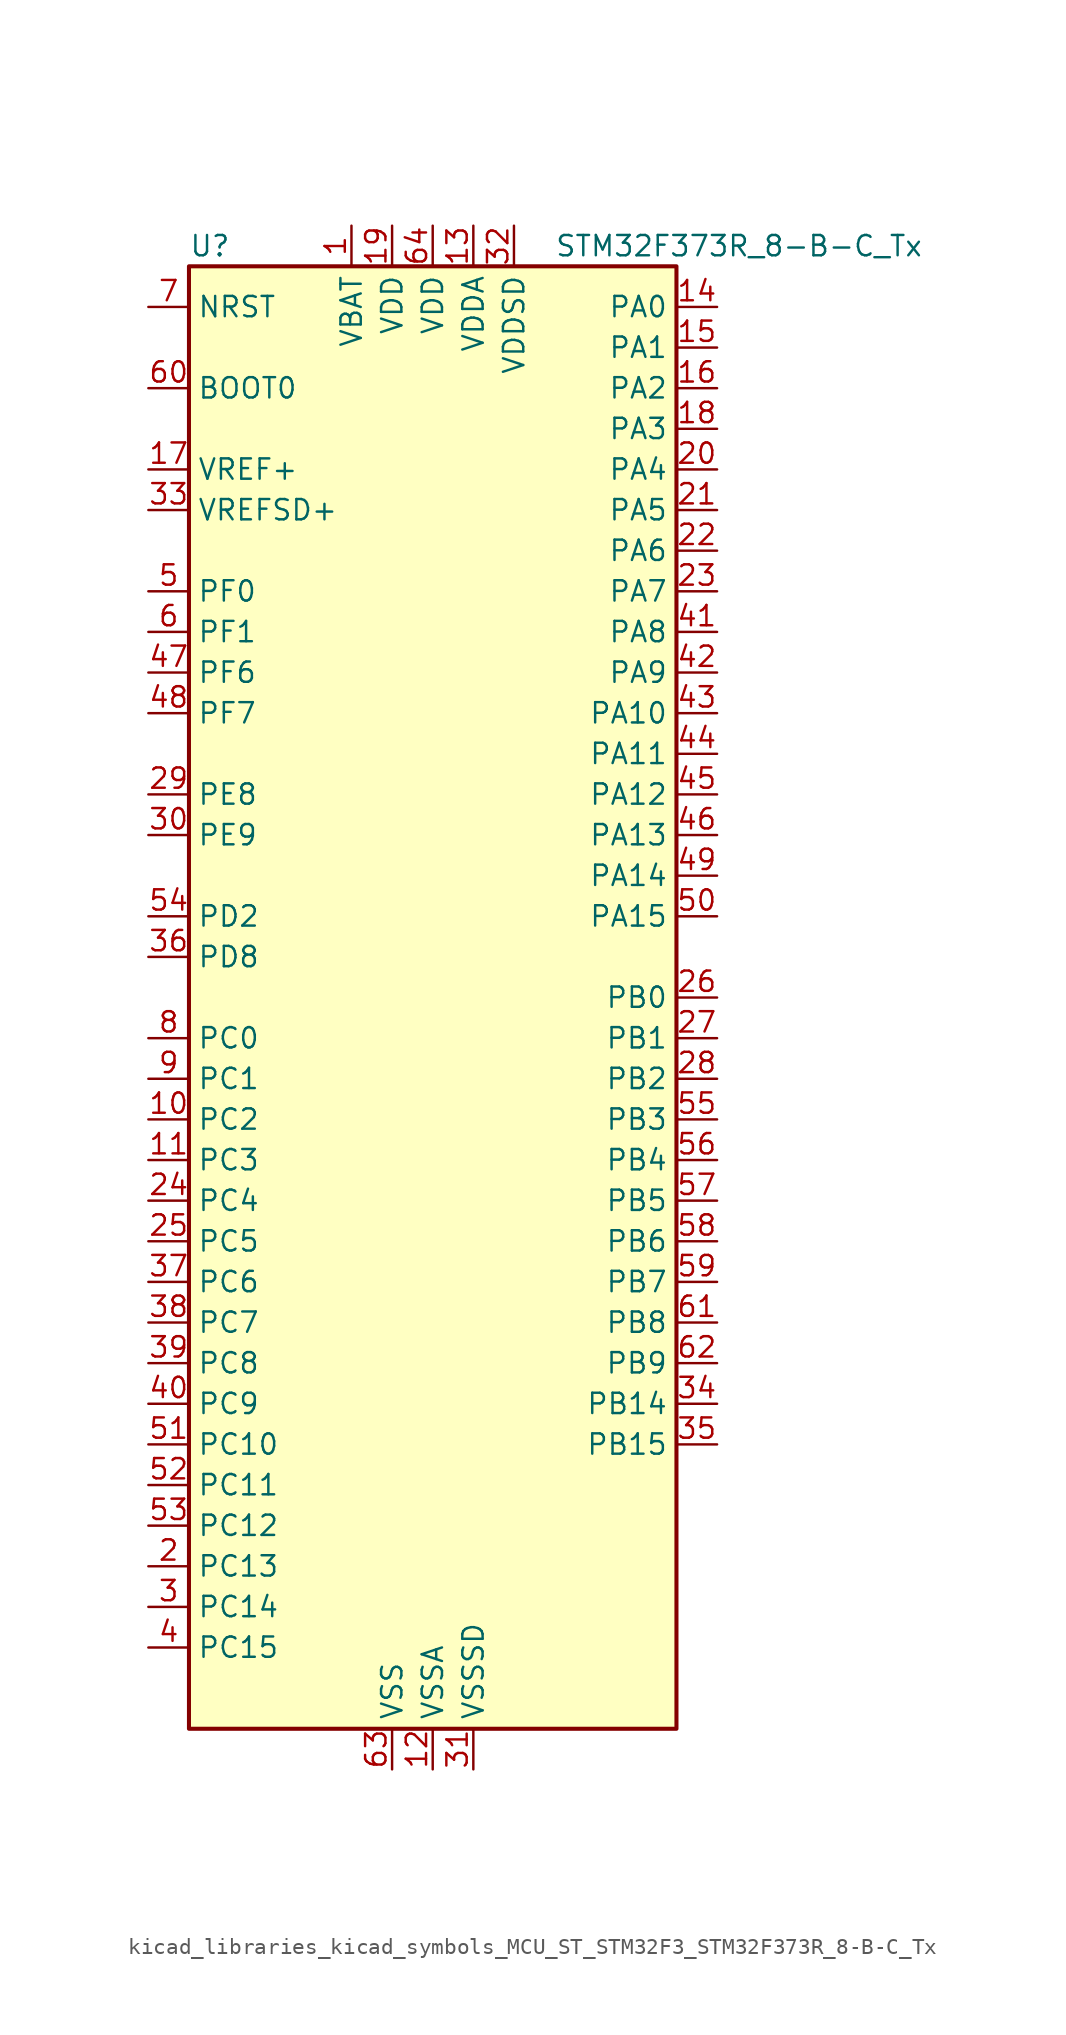
<source format=kicad_sym>
(kicad_symbol_lib
  (version 20220914)
  (generator kicad_symbol_editor)
  (symbol "kicad_libraries_kicad_symbols_MCU_ST_STM32F3_STM32F373R_8-B-C_Tx"
    (property "Reference" "U"
      (at -15.24 46.99 0)
      (effects (font (size 1.27 1.27)) (justify left)))
    (property "Value" "STM32F373R_8-B-C_Tx"
      (at 7.62 46.99 0)
      (effects (font (size 1.27 1.27)) (justify left)))
    (property "ki_locked" ""
      (at 0 0 0)
      (effects (font (size 1.27 1.27))))
    (symbol "kicad_libraries_kicad_symbols_MCU_ST_STM32F3_STM32F373R_8-B-C_Tx_0_1"
      (rectangle (start -15.24 -45.72) (end 15.24 45.72) (stroke (width 0.254) (type default)) (fill (type background))))
    (symbol "kicad_libraries_kicad_symbols_MCU_ST_STM32F3_STM32F373R_8-B-C_Tx_1_1"
      (pin power_in line (at -5.08 48.26 270) (length 2.54) (name "VBAT" (effects (font (size 1.27 1.27)))) (number "1" (effects (font (size 1.27 1.27)))))
      (pin bidirectional line (at -17.78 -7.62 0) (length 2.54) (name "PC2" (effects (font (size 1.27 1.27)))) (number "10" (effects (font (size 1.27 1.27)))) (alternate "ADC1_IN12" bidirectional line) (alternate "I2S2_MCK" bidirectional line) (alternate "SPI2_MISO" bidirectional line) (alternate "TIM5_CH3" bidirectional line))
      (pin bidirectional line (at -17.78 -10.16 0) (length 2.54) (name "PC3" (effects (font (size 1.27 1.27)))) (number "11" (effects (font (size 1.27 1.27)))) (alternate "ADC1_IN13" bidirectional line) (alternate "I2S2_SD" bidirectional line) (alternate "SPI2_MOSI" bidirectional line) (alternate "TIM5_CH4" bidirectional line))
      (pin power_in line (at 0 -48.26 90) (length 2.54) (name "VSSA" (effects (font (size 1.27 1.27)))) (number "12" (effects (font (size 1.27 1.27)))))
      (pin power_in line (at 2.54 48.26 270) (length 2.54) (name "VDDA" (effects (font (size 1.27 1.27)))) (number "13" (effects (font (size 1.27 1.27)))))
      (pin bidirectional line (at 17.78 43.18 180) (length 2.54) (name "PA0" (effects (font (size 1.27 1.27)))) (number "14" (effects (font (size 1.27 1.27)))) (alternate "ADC1_IN0" bidirectional line) (alternate "COMP1_INM" bidirectional line) (alternate "COMP1_OUT" bidirectional line) (alternate "RTC_TAMP2" bidirectional line) (alternate "SYS_WKUP1" bidirectional line) (alternate "TIM19_CH1" bidirectional line) (alternate "TIM2_CH1" bidirectional line) (alternate "TIM2_ETR" bidirectional line) (alternate "TIM5_CH1" bidirectional line) (alternate "TIM5_ETR" bidirectional line) (alternate "TSC_G1_IO1" bidirectional line) (alternate "USART2_CTS" bidirectional line))
      (pin bidirectional line (at 17.78 40.64 180) (length 2.54) (name "PA1" (effects (font (size 1.27 1.27)))) (number "15" (effects (font (size 1.27 1.27)))) (alternate "ADC1_IN1" bidirectional line) (alternate "COMP1_INP" bidirectional line) (alternate "I2S3_CK" bidirectional line) (alternate "RTC_REFIN" bidirectional line) (alternate "SPI3_SCK" bidirectional line) (alternate "TIM15_CH1N" bidirectional line) (alternate "TIM19_CH2" bidirectional line) (alternate "TIM2_CH2" bidirectional line) (alternate "TIM5_CH2" bidirectional line) (alternate "TSC_G1_IO2" bidirectional line) (alternate "USART2_DE" bidirectional line) (alternate "USART2_RTS" bidirectional line))
      (pin bidirectional line (at 17.78 38.1 180) (length 2.54) (name "PA2" (effects (font (size 1.27 1.27)))) (number "16" (effects (font (size 1.27 1.27)))) (alternate "ADC1_IN2" bidirectional line) (alternate "COMP2_INM" bidirectional line) (alternate "COMP2_OUT" bidirectional line) (alternate "I2S3_MCK" bidirectional line) (alternate "SPI3_MISO" bidirectional line) (alternate "TIM15_CH1" bidirectional line) (alternate "TIM19_CH3" bidirectional line) (alternate "TIM2_CH3" bidirectional line) (alternate "TIM5_CH3" bidirectional line) (alternate "TSC_G1_IO3" bidirectional line) (alternate "USART2_TX" bidirectional line))
      (pin input line (at -17.78 33.02 0) (length 2.54) (name "VREF+" (effects (font (size 1.27 1.27)))) (number "17" (effects (font (size 1.27 1.27)))))
      (pin bidirectional line (at 17.78 35.56 180) (length 2.54) (name "PA3" (effects (font (size 1.27 1.27)))) (number "18" (effects (font (size 1.27 1.27)))) (alternate "ADC1_IN3" bidirectional line) (alternate "COMP2_INP" bidirectional line) (alternate "I2S3_SD" bidirectional line) (alternate "SPI3_MOSI" bidirectional line) (alternate "TIM15_CH2" bidirectional line) (alternate "TIM19_CH4" bidirectional line) (alternate "TIM2_CH4" bidirectional line) (alternate "TIM5_CH4" bidirectional line) (alternate "TSC_G1_IO4" bidirectional line) (alternate "USART2_RX" bidirectional line))
      (pin power_in line (at -2.54 48.26 270) (length 2.54) (name "VDD" (effects (font (size 1.27 1.27)))) (number "19" (effects (font (size 1.27 1.27)))))
      (pin bidirectional line (at -17.78 -35.56 0) (length 2.54) (name "PC13" (effects (font (size 1.27 1.27)))) (number "2" (effects (font (size 1.27 1.27)))) (alternate "RTC_OUT_ALARM" bidirectional line) (alternate "RTC_OUT_CALIB" bidirectional line) (alternate "RTC_TAMP1" bidirectional line) (alternate "RTC_TS" bidirectional line) (alternate "SYS_WKUP2" bidirectional line))
      (pin bidirectional line (at 17.78 33.02 180) (length 2.54) (name "PA4" (effects (font (size 1.27 1.27)))) (number "20" (effects (font (size 1.27 1.27)))) (alternate "ADC1_IN4" bidirectional line) (alternate "DAC1_OUT1" bidirectional line) (alternate "I2S1_WS" bidirectional line) (alternate "I2S3_WS" bidirectional line) (alternate "SPI1_NSS" bidirectional line) (alternate "SPI3_NSS" bidirectional line) (alternate "TIM12_CH1" bidirectional line) (alternate "TIM3_CH2" bidirectional line) (alternate "TSC_G2_IO1" bidirectional line) (alternate "USART2_CK" bidirectional line))
      (pin bidirectional line (at 17.78 30.48 180) (length 2.54) (name "PA5" (effects (font (size 1.27 1.27)))) (number "21" (effects (font (size 1.27 1.27)))) (alternate "ADC1_IN5" bidirectional line) (alternate "CEC" bidirectional line) (alternate "DAC1_OUT2" bidirectional line) (alternate "I2S1_CK" bidirectional line) (alternate "SPI1_SCK" bidirectional line) (alternate "TIM12_CH2" bidirectional line) (alternate "TIM14_CH1" bidirectional line) (alternate "TIM2_CH1" bidirectional line) (alternate "TIM2_ETR" bidirectional line) (alternate "TSC_G2_IO2" bidirectional line))
      (pin bidirectional line (at 17.78 27.94 180) (length 2.54) (name "PA6" (effects (font (size 1.27 1.27)))) (number "22" (effects (font (size 1.27 1.27)))) (alternate "ADC1_IN6" bidirectional line) (alternate "COMP1_OUT" bidirectional line) (alternate "DAC2_OUT1" bidirectional line) (alternate "I2S1_MCK" bidirectional line) (alternate "SPI1_MISO" bidirectional line) (alternate "TIM13_CH1" bidirectional line) (alternate "TIM16_CH1" bidirectional line) (alternate "TIM3_CH1" bidirectional line) (alternate "TSC_G2_IO3" bidirectional line))
      (pin bidirectional line (at 17.78 25.4 180) (length 2.54) (name "PA7" (effects (font (size 1.27 1.27)))) (number "23" (effects (font (size 1.27 1.27)))) (alternate "ADC1_IN7" bidirectional line) (alternate "COMP2_OUT" bidirectional line) (alternate "I2S1_SD" bidirectional line) (alternate "SPI1_MOSI" bidirectional line) (alternate "TIM14_CH1" bidirectional line) (alternate "TIM17_CH1" bidirectional line) (alternate "TIM3_CH2" bidirectional line) (alternate "TSC_G2_IO4" bidirectional line))
      (pin bidirectional line (at -17.78 -12.7 0) (length 2.54) (name "PC4" (effects (font (size 1.27 1.27)))) (number "24" (effects (font (size 1.27 1.27)))) (alternate "ADC1_IN14" bidirectional line) (alternate "TIM13_CH1" bidirectional line) (alternate "TSC_G3_IO1" bidirectional line) (alternate "USART1_TX" bidirectional line))
      (pin bidirectional line (at -17.78 -15.24 0) (length 2.54) (name "PC5" (effects (font (size 1.27 1.27)))) (number "25" (effects (font (size 1.27 1.27)))) (alternate "ADC1_IN15" bidirectional line) (alternate "TSC_G3_IO2" bidirectional line) (alternate "USART1_RX" bidirectional line))
      (pin bidirectional line (at 17.78 0 180) (length 2.54) (name "PB0" (effects (font (size 1.27 1.27)))) (number "26" (effects (font (size 1.27 1.27)))) (alternate "ADC1_IN8" bidirectional line) (alternate "I2S1_SD" bidirectional line) (alternate "SDADC1_AIN6P" bidirectional line) (alternate "SPI1_MOSI" bidirectional line) (alternate "TIM3_CH2" bidirectional line) (alternate "TIM3_CH3" bidirectional line) (alternate "TSC_G3_IO3" bidirectional line))
      (pin bidirectional line (at 17.78 -2.54 180) (length 2.54) (name "PB1" (effects (font (size 1.27 1.27)))) (number "27" (effects (font (size 1.27 1.27)))) (alternate "ADC1_IN9" bidirectional line) (alternate "SDADC1_AIN5P" bidirectional line) (alternate "SDADC1_AIN6M" bidirectional line) (alternate "TIM3_CH4" bidirectional line) (alternate "TSC_G3_IO4" bidirectional line))
      (pin bidirectional line (at 17.78 -5.08 180) (length 2.54) (name "PB2" (effects (font (size 1.27 1.27)))) (number "28" (effects (font (size 1.27 1.27)))) (alternate "SDADC1_AIN4P" bidirectional line) (alternate "SDADC2_AIN6P" bidirectional line))
      (pin bidirectional line (at -17.78 12.7 0) (length 2.54) (name "PE8" (effects (font (size 1.27 1.27)))) (number "29" (effects (font (size 1.27 1.27)))) (alternate "SDADC1_AIN8P" bidirectional line) (alternate "SDADC2_AIN8P" bidirectional line))
      (pin bidirectional line (at -17.78 -38.1 0) (length 2.54) (name "PC14" (effects (font (size 1.27 1.27)))) (number "3" (effects (font (size 1.27 1.27)))) (alternate "RCC_OSC32_IN" bidirectional line))
      (pin bidirectional line (at -17.78 10.16 0) (length 2.54) (name "PE9" (effects (font (size 1.27 1.27)))) (number "30" (effects (font (size 1.27 1.27)))) (alternate "DAC1_EXTI9" bidirectional line) (alternate "DAC2_EXTI9" bidirectional line) (alternate "SDADC1_AIN7P" bidirectional line) (alternate "SDADC1_AIN8M" bidirectional line) (alternate "SDADC2_AIN7P" bidirectional line) (alternate "SDADC2_AIN8M" bidirectional line))
      (pin power_in line (at 2.54 -48.26 90) (length 2.54) (name "VSSSD" (effects (font (size 1.27 1.27)))) (number "31" (effects (font (size 1.27 1.27)))))
      (pin power_in line (at 5.08 48.26 270) (length 2.54) (name "VDDSD" (effects (font (size 1.27 1.27)))) (number "32" (effects (font (size 1.27 1.27)))))
      (pin input line (at -17.78 30.48 0) (length 2.54) (name "VREFSD+" (effects (font (size 1.27 1.27)))) (number "33" (effects (font (size 1.27 1.27)))))
      (pin bidirectional line (at 17.78 -25.4 180) (length 2.54) (name "PB14" (effects (font (size 1.27 1.27)))) (number "34" (effects (font (size 1.27 1.27)))) (alternate "I2S2_MCK" bidirectional line) (alternate "SDADC3_AIN8P" bidirectional line) (alternate "SPI2_MISO" bidirectional line) (alternate "TIM12_CH1" bidirectional line) (alternate "TIM15_CH1" bidirectional line) (alternate "TSC_G6_IO1" bidirectional line) (alternate "USART3_DE" bidirectional line) (alternate "USART3_RTS" bidirectional line))
      (pin bidirectional line (at 17.78 -27.94 180) (length 2.54) (name "PB15" (effects (font (size 1.27 1.27)))) (number "35" (effects (font (size 1.27 1.27)))) (alternate "ADC1_EXTI15" bidirectional line) (alternate "I2S2_SD" bidirectional line) (alternate "RTC_REFIN" bidirectional line) (alternate "SDADC1_EXTI15" bidirectional line) (alternate "SDADC2_EXTI15" bidirectional line) (alternate "SDADC3_AIN7P" bidirectional line) (alternate "SDADC3_AIN8M" bidirectional line) (alternate "SDADC3_EXTI15" bidirectional line) (alternate "SPI2_MOSI" bidirectional line) (alternate "TIM12_CH2" bidirectional line) (alternate "TIM15_CH1N" bidirectional line) (alternate "TIM15_CH2" bidirectional line) (alternate "TSC_G6_IO2" bidirectional line))
      (pin bidirectional line (at -17.78 2.54 0) (length 2.54) (name "PD8" (effects (font (size 1.27 1.27)))) (number "36" (effects (font (size 1.27 1.27)))) (alternate "I2S2_CK" bidirectional line) (alternate "SDADC3_AIN6P" bidirectional line) (alternate "SPI2_SCK" bidirectional line) (alternate "TSC_G6_IO3" bidirectional line) (alternate "USART3_TX" bidirectional line))
      (pin bidirectional line (at -17.78 -17.78 0) (length 2.54) (name "PC6" (effects (font (size 1.27 1.27)))) (number "37" (effects (font (size 1.27 1.27)))) (alternate "I2S1_WS" bidirectional line) (alternate "SPI1_NSS" bidirectional line) (alternate "TIM3_CH1" bidirectional line))
      (pin bidirectional line (at -17.78 -20.32 0) (length 2.54) (name "PC7" (effects (font (size 1.27 1.27)))) (number "38" (effects (font (size 1.27 1.27)))) (alternate "I2S1_CK" bidirectional line) (alternate "SPI1_SCK" bidirectional line) (alternate "TIM3_CH2" bidirectional line))
      (pin bidirectional line (at -17.78 -22.86 0) (length 2.54) (name "PC8" (effects (font (size 1.27 1.27)))) (number "39" (effects (font (size 1.27 1.27)))) (alternate "I2S1_MCK" bidirectional line) (alternate "SPI1_MISO" bidirectional line) (alternate "TIM3_CH3" bidirectional line))
      (pin bidirectional line (at -17.78 -40.64 0) (length 2.54) (name "PC15" (effects (font (size 1.27 1.27)))) (number "4" (effects (font (size 1.27 1.27)))) (alternate "ADC1_EXTI15" bidirectional line) (alternate "RCC_OSC32_OUT" bidirectional line) (alternate "SDADC1_EXTI15" bidirectional line) (alternate "SDADC2_EXTI15" bidirectional line) (alternate "SDADC3_EXTI15" bidirectional line))
      (pin bidirectional line (at -17.78 -25.4 0) (length 2.54) (name "PC9" (effects (font (size 1.27 1.27)))) (number "40" (effects (font (size 1.27 1.27)))) (alternate "DAC1_EXTI9" bidirectional line) (alternate "DAC2_EXTI9" bidirectional line) (alternate "I2S1_SD" bidirectional line) (alternate "SPI1_MOSI" bidirectional line) (alternate "TIM3_CH4" bidirectional line))
      (pin bidirectional line (at 17.78 22.86 180) (length 2.54) (name "PA8" (effects (font (size 1.27 1.27)))) (number "41" (effects (font (size 1.27 1.27)))) (alternate "I2C2_SMBA" bidirectional line) (alternate "I2S2_CK" bidirectional line) (alternate "RCC_MCO" bidirectional line) (alternate "SPI2_SCK" bidirectional line) (alternate "TIM4_ETR" bidirectional line) (alternate "TIM5_CH1" bidirectional line) (alternate "TIM5_ETR" bidirectional line) (alternate "USART1_CK" bidirectional line))
      (pin bidirectional line (at 17.78 20.32 180) (length 2.54) (name "PA9" (effects (font (size 1.27 1.27)))) (number "42" (effects (font (size 1.27 1.27)))) (alternate "DAC1_EXTI9" bidirectional line) (alternate "DAC2_EXTI9" bidirectional line) (alternate "I2C2_SCL" bidirectional line) (alternate "I2S2_MCK" bidirectional line) (alternate "SPI2_MISO" bidirectional line) (alternate "TIM13_CH1" bidirectional line) (alternate "TIM15_BKIN" bidirectional line) (alternate "TIM2_CH3" bidirectional line) (alternate "TSC_G4_IO1" bidirectional line) (alternate "USART1_TX" bidirectional line))
      (pin bidirectional line (at 17.78 17.78 180) (length 2.54) (name "PA10" (effects (font (size 1.27 1.27)))) (number "43" (effects (font (size 1.27 1.27)))) (alternate "I2C2_SDA" bidirectional line) (alternate "I2S2_SD" bidirectional line) (alternate "SPI2_MOSI" bidirectional line) (alternate "TIM14_CH1" bidirectional line) (alternate "TIM17_BKIN" bidirectional line) (alternate "TIM2_CH4" bidirectional line) (alternate "TSC_G4_IO2" bidirectional line) (alternate "USART1_RX" bidirectional line))
      (pin bidirectional line (at 17.78 15.24 180) (length 2.54) (name "PA11" (effects (font (size 1.27 1.27)))) (number "44" (effects (font (size 1.27 1.27)))) (alternate "ADC1_EXTI11" bidirectional line) (alternate "CAN_RX" bidirectional line) (alternate "COMP1_OUT" bidirectional line) (alternate "I2S1_WS" bidirectional line) (alternate "I2S2_WS" bidirectional line) (alternate "SDADC1_EXTI11" bidirectional line) (alternate "SDADC2_EXTI11" bidirectional line) (alternate "SDADC3_EXTI11" bidirectional line) (alternate "SPI1_NSS" bidirectional line) (alternate "SPI2_NSS" bidirectional line) (alternate "TIM4_CH1" bidirectional line) (alternate "TIM5_CH2" bidirectional line) (alternate "USART1_CTS" bidirectional line) (alternate "USB_DM" bidirectional line))
      (pin bidirectional line (at 17.78 12.7 180) (length 2.54) (name "PA12" (effects (font (size 1.27 1.27)))) (number "45" (effects (font (size 1.27 1.27)))) (alternate "CAN_TX" bidirectional line) (alternate "COMP2_OUT" bidirectional line) (alternate "I2S1_CK" bidirectional line) (alternate "SPI1_SCK" bidirectional line) (alternate "TIM16_CH1" bidirectional line) (alternate "TIM4_CH2" bidirectional line) (alternate "TIM5_CH3" bidirectional line) (alternate "USART1_DE" bidirectional line) (alternate "USART1_RTS" bidirectional line) (alternate "USB_DP" bidirectional line))
      (pin bidirectional line (at 17.78 10.16 180) (length 2.54) (name "PA13" (effects (font (size 1.27 1.27)))) (number "46" (effects (font (size 1.27 1.27)))) (alternate "I2S1_MCK" bidirectional line) (alternate "IR_OUT" bidirectional line) (alternate "SPI1_MISO" bidirectional line) (alternate "SYS_JTMS-SWDIO" bidirectional line) (alternate "TIM16_CH1N" bidirectional line) (alternate "TIM4_CH3" bidirectional line) (alternate "TIM5_CH4" bidirectional line) (alternate "TSC_G4_IO3" bidirectional line) (alternate "USART3_CTS" bidirectional line))
      (pin bidirectional line (at -17.78 20.32 0) (length 2.54) (name "PF6" (effects (font (size 1.27 1.27)))) (number "47" (effects (font (size 1.27 1.27)))) (alternate "I2C2_SCL" bidirectional line) (alternate "I2S1_SD" bidirectional line) (alternate "SPI1_MOSI" bidirectional line) (alternate "TIM4_CH4" bidirectional line) (alternate "USART3_DE" bidirectional line) (alternate "USART3_RTS" bidirectional line))
      (pin bidirectional line (at -17.78 17.78 0) (length 2.54) (name "PF7" (effects (font (size 1.27 1.27)))) (number "48" (effects (font (size 1.27 1.27)))) (alternate "I2C2_SDA" bidirectional line) (alternate "USART2_CK" bidirectional line))
      (pin bidirectional line (at 17.78 7.62 180) (length 2.54) (name "PA14" (effects (font (size 1.27 1.27)))) (number "49" (effects (font (size 1.27 1.27)))) (alternate "I2C1_SDA" bidirectional line) (alternate "SYS_JTCK-SWCLK" bidirectional line) (alternate "TIM12_CH1" bidirectional line) (alternate "TSC_G4_IO4" bidirectional line))
      (pin bidirectional line (at -17.78 25.4 0) (length 2.54) (name "PF0" (effects (font (size 1.27 1.27)))) (number "5" (effects (font (size 1.27 1.27)))) (alternate "I2C2_SDA" bidirectional line) (alternate "RCC_OSC_IN" bidirectional line))
      (pin bidirectional line (at 17.78 5.08 180) (length 2.54) (name "PA15" (effects (font (size 1.27 1.27)))) (number "50" (effects (font (size 1.27 1.27)))) (alternate "ADC1_EXTI15" bidirectional line) (alternate "I2C1_SCL" bidirectional line) (alternate "I2S1_WS" bidirectional line) (alternate "I2S3_WS" bidirectional line) (alternate "SDADC1_EXTI15" bidirectional line) (alternate "SDADC2_EXTI15" bidirectional line) (alternate "SDADC3_EXTI15" bidirectional line) (alternate "SPI1_NSS" bidirectional line) (alternate "SPI3_NSS" bidirectional line) (alternate "SYS_JTDI" bidirectional line) (alternate "TIM12_CH2" bidirectional line) (alternate "TIM2_CH1" bidirectional line) (alternate "TIM2_ETR" bidirectional line) (alternate "TSC_SYNC" bidirectional line))
      (pin bidirectional line (at -17.78 -27.94 0) (length 2.54) (name "PC10" (effects (font (size 1.27 1.27)))) (number "51" (effects (font (size 1.27 1.27)))) (alternate "I2S3_CK" bidirectional line) (alternate "SPI3_SCK" bidirectional line) (alternate "TIM19_CH1" bidirectional line) (alternate "USART3_TX" bidirectional line))
      (pin bidirectional line (at -17.78 -30.48 0) (length 2.54) (name "PC11" (effects (font (size 1.27 1.27)))) (number "52" (effects (font (size 1.27 1.27)))) (alternate "ADC1_EXTI11" bidirectional line) (alternate "I2S3_MCK" bidirectional line) (alternate "SDADC1_EXTI11" bidirectional line) (alternate "SDADC2_EXTI11" bidirectional line) (alternate "SDADC3_EXTI11" bidirectional line) (alternate "SPI3_MISO" bidirectional line) (alternate "TIM19_CH2" bidirectional line) (alternate "USART3_RX" bidirectional line))
      (pin bidirectional line (at -17.78 -33.02 0) (length 2.54) (name "PC12" (effects (font (size 1.27 1.27)))) (number "53" (effects (font (size 1.27 1.27)))) (alternate "I2S3_SD" bidirectional line) (alternate "SPI3_MOSI" bidirectional line) (alternate "TIM19_CH3" bidirectional line) (alternate "USART3_CK" bidirectional line))
      (pin bidirectional line (at -17.78 5.08 0) (length 2.54) (name "PD2" (effects (font (size 1.27 1.27)))) (number "54" (effects (font (size 1.27 1.27)))) (alternate "TIM3_ETR" bidirectional line))
      (pin bidirectional line (at 17.78 -7.62 180) (length 2.54) (name "PB3" (effects (font (size 1.27 1.27)))) (number "55" (effects (font (size 1.27 1.27)))) (alternate "I2S1_CK" bidirectional line) (alternate "I2S3_CK" bidirectional line) (alternate "SPI1_SCK" bidirectional line) (alternate "SPI3_SCK" bidirectional line) (alternate "SYS_JTDO-TRACESWO" bidirectional line) (alternate "TIM13_CH1" bidirectional line) (alternate "TIM2_CH2" bidirectional line) (alternate "TIM3_ETR" bidirectional line) (alternate "TIM4_ETR" bidirectional line) (alternate "TSC_G5_IO1" bidirectional line) (alternate "USART2_TX" bidirectional line))
      (pin bidirectional line (at 17.78 -10.16 180) (length 2.54) (name "PB4" (effects (font (size 1.27 1.27)))) (number "56" (effects (font (size 1.27 1.27)))) (alternate "I2S1_MCK" bidirectional line) (alternate "I2S3_MCK" bidirectional line) (alternate "SPI1_MISO" bidirectional line) (alternate "SPI3_MISO" bidirectional line) (alternate "SYS_NJTRST" bidirectional line) (alternate "TIM15_CH1N" bidirectional line) (alternate "TIM16_CH1" bidirectional line) (alternate "TIM17_BKIN" bidirectional line) (alternate "TIM3_CH1" bidirectional line) (alternate "TSC_G5_IO2" bidirectional line) (alternate "USART2_RX" bidirectional line))
      (pin bidirectional line (at 17.78 -12.7 180) (length 2.54) (name "PB5" (effects (font (size 1.27 1.27)))) (number "57" (effects (font (size 1.27 1.27)))) (alternate "I2C1_SMBA" bidirectional line) (alternate "I2S1_SD" bidirectional line) (alternate "I2S3_SD" bidirectional line) (alternate "SPI1_MOSI" bidirectional line) (alternate "SPI3_MOSI" bidirectional line) (alternate "TIM16_BKIN" bidirectional line) (alternate "TIM17_CH1" bidirectional line) (alternate "TIM19_ETR" bidirectional line) (alternate "TIM3_CH2" bidirectional line) (alternate "USART2_CK" bidirectional line))
      (pin bidirectional line (at 17.78 -15.24 180) (length 2.54) (name "PB6" (effects (font (size 1.27 1.27)))) (number "58" (effects (font (size 1.27 1.27)))) (alternate "I2C1_SCL" bidirectional line) (alternate "TIM15_CH1" bidirectional line) (alternate "TIM16_CH1N" bidirectional line) (alternate "TIM19_CH1" bidirectional line) (alternate "TIM3_CH3" bidirectional line) (alternate "TIM4_CH1" bidirectional line) (alternate "TSC_G5_IO3" bidirectional line) (alternate "USART1_TX" bidirectional line))
      (pin bidirectional line (at 17.78 -17.78 180) (length 2.54) (name "PB7" (effects (font (size 1.27 1.27)))) (number "59" (effects (font (size 1.27 1.27)))) (alternate "I2C1_SDA" bidirectional line) (alternate "TIM15_CH2" bidirectional line) (alternate "TIM17_CH1N" bidirectional line) (alternate "TIM19_CH2" bidirectional line) (alternate "TIM3_CH4" bidirectional line) (alternate "TIM4_CH2" bidirectional line) (alternate "TSC_G5_IO4" bidirectional line) (alternate "USART1_RX" bidirectional line))
      (pin bidirectional line (at -17.78 22.86 0) (length 2.54) (name "PF1" (effects (font (size 1.27 1.27)))) (number "6" (effects (font (size 1.27 1.27)))) (alternate "I2C2_SCL" bidirectional line) (alternate "RCC_OSC_OUT" bidirectional line))
      (pin input line (at -17.78 38.1 0) (length 2.54) (name "BOOT0" (effects (font (size 1.27 1.27)))) (number "60" (effects (font (size 1.27 1.27)))))
      (pin bidirectional line (at 17.78 -20.32 180) (length 2.54) (name "PB8" (effects (font (size 1.27 1.27)))) (number "61" (effects (font (size 1.27 1.27)))) (alternate "CAN_RX" bidirectional line) (alternate "CEC" bidirectional line) (alternate "COMP1_OUT" bidirectional line) (alternate "I2C1_SCL" bidirectional line) (alternate "I2S2_CK" bidirectional line) (alternate "SPI2_SCK" bidirectional line) (alternate "TIM16_CH1" bidirectional line) (alternate "TIM19_CH3" bidirectional line) (alternate "TIM4_CH3" bidirectional line) (alternate "TSC_SYNC" bidirectional line) (alternate "USART3_TX" bidirectional line))
      (pin bidirectional line (at 17.78 -22.86 180) (length 2.54) (name "PB9" (effects (font (size 1.27 1.27)))) (number "62" (effects (font (size 1.27 1.27)))) (alternate "CAN_TX" bidirectional line) (alternate "COMP2_OUT" bidirectional line) (alternate "DAC1_EXTI9" bidirectional line) (alternate "DAC2_EXTI9" bidirectional line) (alternate "I2C1_SDA" bidirectional line) (alternate "I2S2_WS" bidirectional line) (alternate "IR_OUT" bidirectional line) (alternate "SPI2_NSS" bidirectional line) (alternate "TIM17_CH1" bidirectional line) (alternate "TIM19_CH4" bidirectional line) (alternate "TIM4_CH4" bidirectional line) (alternate "USART3_RX" bidirectional line))
      (pin power_in line (at -2.54 -48.26 90) (length 2.54) (name "VSS" (effects (font (size 1.27 1.27)))) (number "63" (effects (font (size 1.27 1.27)))))
      (pin power_in line (at 0 48.26 270) (length 2.54) (name "VDD" (effects (font (size 1.27 1.27)))) (number "64" (effects (font (size 1.27 1.27)))))
      (pin input line (at -17.78 43.18 0) (length 2.54) (name "NRST" (effects (font (size 1.27 1.27)))) (number "7" (effects (font (size 1.27 1.27)))))
      (pin bidirectional line (at -17.78 -2.54 0) (length 2.54) (name "PC0" (effects (font (size 1.27 1.27)))) (number "8" (effects (font (size 1.27 1.27)))) (alternate "ADC1_IN10" bidirectional line) (alternate "TIM5_CH1" bidirectional line) (alternate "TIM5_ETR" bidirectional line))
      (pin bidirectional line (at -17.78 -5.08 0) (length 2.54) (name "PC1" (effects (font (size 1.27 1.27)))) (number "9" (effects (font (size 1.27 1.27)))) (alternate "ADC1_IN11" bidirectional line) (alternate "TIM5_CH2" bidirectional line)))))
</source>
